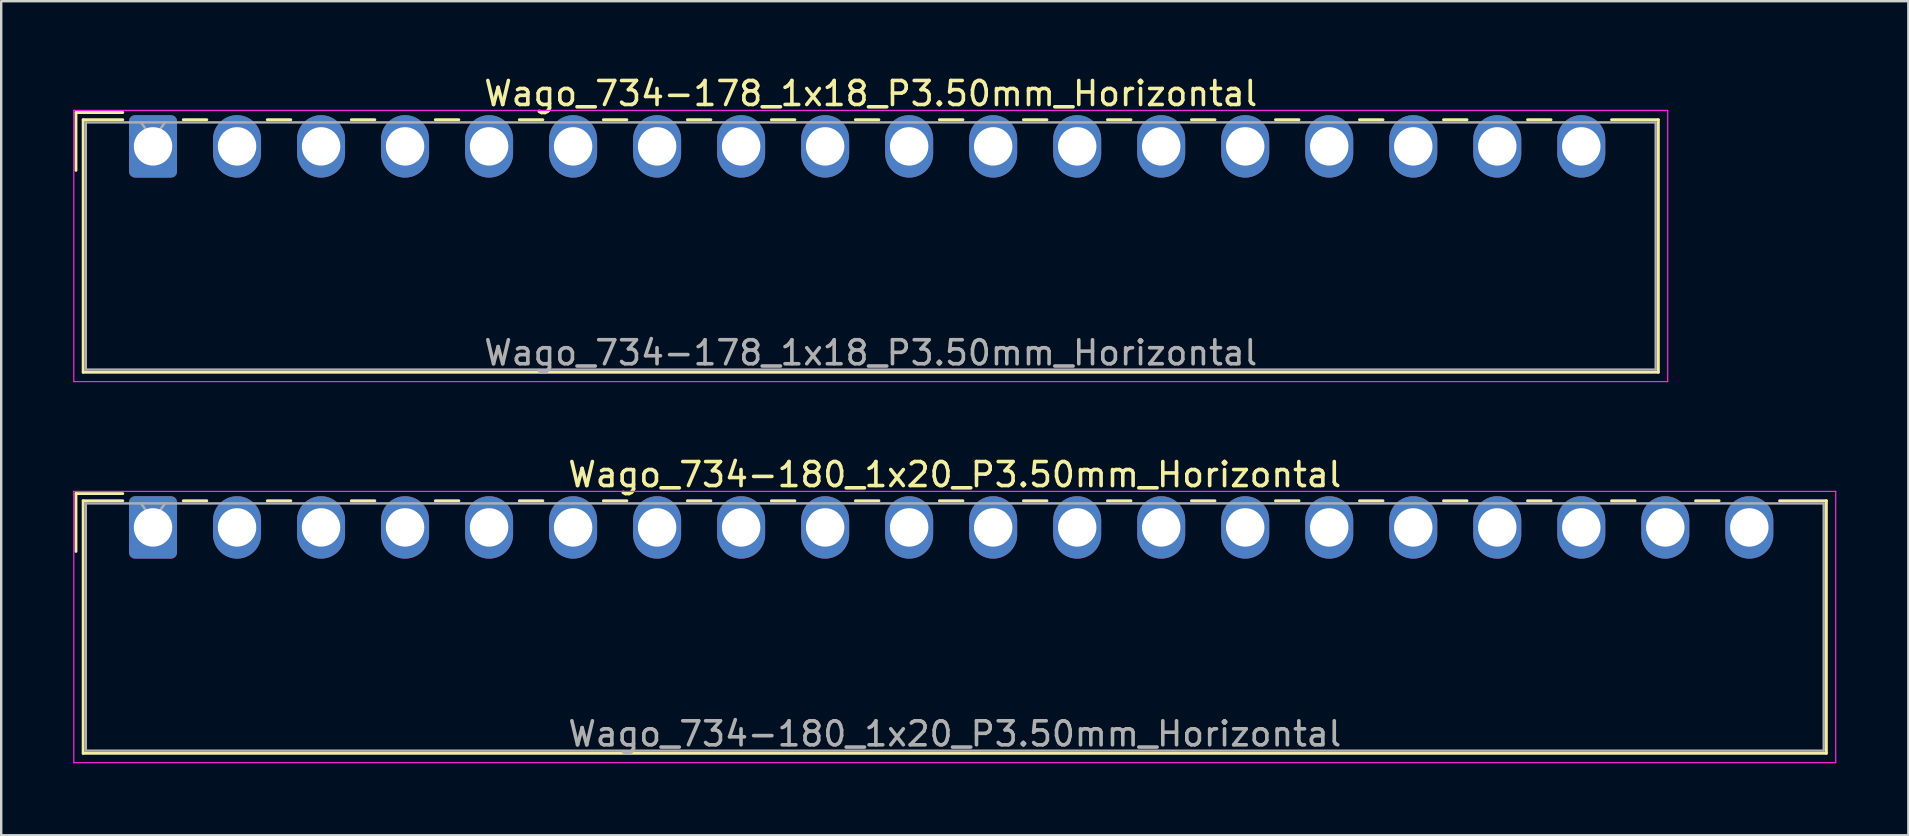
<source format=kicad_pcb>
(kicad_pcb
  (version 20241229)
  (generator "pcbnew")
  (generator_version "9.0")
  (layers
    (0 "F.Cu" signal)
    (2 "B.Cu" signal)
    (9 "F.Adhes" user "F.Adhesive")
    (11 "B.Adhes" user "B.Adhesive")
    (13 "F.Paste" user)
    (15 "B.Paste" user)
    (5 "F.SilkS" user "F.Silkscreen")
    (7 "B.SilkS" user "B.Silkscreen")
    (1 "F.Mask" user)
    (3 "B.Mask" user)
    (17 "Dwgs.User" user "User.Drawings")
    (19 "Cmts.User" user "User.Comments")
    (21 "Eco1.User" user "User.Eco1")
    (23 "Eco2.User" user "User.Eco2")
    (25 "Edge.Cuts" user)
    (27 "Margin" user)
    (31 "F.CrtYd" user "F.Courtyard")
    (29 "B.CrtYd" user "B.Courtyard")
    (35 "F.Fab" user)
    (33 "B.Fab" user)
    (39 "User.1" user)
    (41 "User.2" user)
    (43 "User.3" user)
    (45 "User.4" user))
  (footprint "Wago_734-178_1x18_P3.50mm_Horizontal"
    (layer "F.Cu")
    (at 3.325 3.048)
    (property "Reference" "Wago_734-178_1x18_P3.50mm_Horizontal" (at 29.9 -2.2 0) (layer "F.SilkS") (effects (font (size 1 1) (thickness 0.15))))
    (attr through_hole)
    (fp_line (start -3.21 -1.41) (end -1.26 -1.41) (stroke (width 0.12) (type solid)) (layer "F.SilkS"))
    (fp_line (start -3.21 1) (end -3.21 -1.41) (stroke (width 0.12) (type solid)) (layer "F.SilkS"))
    (fp_line (start -2.91 -1.11) (end -2.91 9.41) (stroke (width 0.12) (type solid)) (layer "F.SilkS"))
    (fp_line (start -2.91 9.41) (end 62.71 9.41) (stroke (width 0.12) (type solid)) (layer "F.SilkS"))
    (fp_line (start -1.26 -1.11) (end -2.91 -1.11) (stroke (width 0.12) (type solid)) (layer "F.SilkS"))
    (fp_line (start 1.26 -1.11) (end 2.24 -1.11) (stroke (width 0.12) (type solid)) (layer "F.SilkS"))
    (fp_line (start 4.76 -1.11) (end 5.74 -1.11) (stroke (width 0.12) (type solid)) (layer "F.SilkS"))
    (fp_line (start 8.26 -1.11) (end 9.24 -1.11) (stroke (width 0.12) (type solid)) (layer "F.SilkS"))
    (fp_line (start 11.76 -1.11) (end 12.74 -1.11) (stroke (width 0.12) (type solid)) (layer "F.SilkS"))
    (fp_line (start 15.26 -1.11) (end 16.24 -1.11) (stroke (width 0.12) (type solid)) (layer "F.SilkS"))
    (fp_line (start 18.76 -1.11) (end 19.74 -1.11) (stroke (width 0.12) (type solid)) (layer "F.SilkS"))
    (fp_line (start 22.26 -1.11) (end 23.24 -1.11) (stroke (width 0.12) (type solid)) (layer "F.SilkS"))
    (fp_line (start 25.76 -1.11) (end 26.74 -1.11) (stroke (width 0.12) (type solid)) (layer "F.SilkS"))
    (fp_line (start 29.26 -1.11) (end 30.24 -1.11) (stroke (width 0.12) (type solid)) (layer "F.SilkS"))
    (fp_line (start 32.76 -1.11) (end 33.74 -1.11) (stroke (width 0.12) (type solid)) (layer "F.SilkS"))
    (fp_line (start 36.26 -1.11) (end 37.24 -1.11) (stroke (width 0.12) (type solid)) (layer "F.SilkS"))
    (fp_line (start 39.76 -1.11) (end 40.74 -1.11) (stroke (width 0.12) (type solid)) (layer "F.SilkS"))
    (fp_line (start 43.26 -1.11) (end 44.24 -1.11) (stroke (width 0.12) (type solid)) (layer "F.SilkS"))
    (fp_line (start 46.76 -1.11) (end 47.74 -1.11) (stroke (width 0.12) (type solid)) (layer "F.SilkS"))
    (fp_line (start 50.26 -1.11) (end 51.24 -1.11) (stroke (width 0.12) (type solid)) (layer "F.SilkS"))
    (fp_line (start 53.76 -1.11) (end 54.74 -1.11) (stroke (width 0.12) (type solid)) (layer "F.SilkS"))
    (fp_line (start 57.26 -1.11) (end 58.24 -1.11) (stroke (width 0.12) (type solid)) (layer "F.SilkS"))
    (fp_line (start 62.71 -1.11) (end 60.76 -1.11) (stroke (width 0.12) (type solid)) (layer "F.SilkS"))
    (fp_line (start 62.71 9.41) (end 62.71 -1.11) (stroke (width 0.12) (type solid)) (layer "F.SilkS"))
    (fp_line (start -3.3 -1.5) (end -3.3 9.8) (stroke (width 0.05) (type solid)) (layer "F.CrtYd"))
    (fp_line (start -3.3 9.8) (end 63.1 9.8) (stroke (width 0.05) (type solid)) (layer "F.CrtYd"))
    (fp_line (start 63.1 -1.5) (end -3.3 -1.5) (stroke (width 0.05) (type solid)) (layer "F.CrtYd"))
    (fp_line (start 63.1 9.8) (end 63.1 -1.5) (stroke (width 0.05) (type solid)) (layer "F.CrtYd"))
    (fp_line (start -2.8 -1) (end -2.8 9.3) (stroke (width 0.1) (type solid)) (layer "F.Fab"))
    (fp_line (start -2.8 9.3) (end 62.6 9.3) (stroke (width 0.1) (type solid)) (layer "F.Fab"))
    (fp_line (start -0.5 -1) (end 0 -0.293) (stroke (width 0.1) (type solid)) (layer "F.Fab"))
    (fp_line (start 0 -0.293) (end 0.5 -1) (stroke (width 0.1) (type solid)) (layer "F.Fab"))
    (fp_line (start 62.6 -1) (end -2.8 -1) (stroke (width 0.1) (type solid)) (layer "F.Fab"))
    (fp_line (start 62.6 9.3) (end 62.6 -1) (stroke (width 0.1) (type solid)) (layer "F.Fab"))
    (fp_text user "${REFERENCE}" (at 29.9 8.6 0) (layer "F.Fab") (effects (font (size 1 1) (thickness 0.15))))
    (pad "1" thru_hole roundrect (at 0 0) (size 2 2.6) (drill 1.6) (layers "*.Cu" "*.Mask") (roundrect_rratio 0.125))
    (pad "2" thru_hole oval (at 3.5 0) (size 2 2.6) (drill 1.6) (layers "*.Cu" "*.Mask"))
    (pad "3" thru_hole oval (at 7 0) (size 2 2.6) (drill 1.6) (layers "*.Cu" "*.Mask"))
    (pad "4" thru_hole oval (at 10.5 0) (size 2 2.6) (drill 1.6) (layers "*.Cu" "*.Mask"))
    (pad "5" thru_hole oval (at 14 0) (size 2 2.6) (drill 1.6) (layers "*.Cu" "*.Mask"))
    (pad "6" thru_hole oval (at 17.5 0) (size 2 2.6) (drill 1.6) (layers "*.Cu" "*.Mask"))
    (pad "7" thru_hole oval (at 21 0) (size 2 2.6) (drill 1.6) (layers "*.Cu" "*.Mask"))
    (pad "8" thru_hole oval (at 24.5 0) (size 2 2.6) (drill 1.6) (layers "*.Cu" "*.Mask"))
    (pad "9" thru_hole oval (at 28 0) (size 2 2.6) (drill 1.6) (layers "*.Cu" "*.Mask"))
    (pad "10" thru_hole oval (at 31.5 0) (size 2 2.6) (drill 1.6) (layers "*.Cu" "*.Mask"))
    (pad "11" thru_hole oval (at 35 0) (size 2 2.6) (drill 1.6) (layers "*.Cu" "*.Mask"))
    (pad "12" thru_hole oval (at 38.5 0) (size 2 2.6) (drill 1.6) (layers "*.Cu" "*.Mask"))
    (pad "13" thru_hole oval (at 42 0) (size 2 2.6) (drill 1.6) (layers "*.Cu" "*.Mask"))
    (pad "14" thru_hole oval (at 45.5 0) (size 2 2.6) (drill 1.6) (layers "*.Cu" "*.Mask"))
    (pad "15" thru_hole oval (at 49 0) (size 2 2.6) (drill 1.6) (layers "*.Cu" "*.Mask"))
    (pad "16" thru_hole oval (at 52.5 0) (size 2 2.6) (drill 1.6) (layers "*.Cu" "*.Mask"))
    (pad "17" thru_hole oval (at 56 0) (size 2 2.6) (drill 1.6) (layers "*.Cu" "*.Mask"))
    (pad "18" thru_hole oval (at 59.5 0) (size 2 2.6) (drill 1.6) (layers "*.Cu" "*.Mask")))
  (footprint "Wago_734-180_1x20_P3.50mm_Horizontal"
    (layer "F.Cu")
    (at 3.325 18.922)
    (property "Reference" "Wago_734-180_1x20_P3.50mm_Horizontal" (at 33.4 -2.2 0) (layer "F.SilkS") (effects (font (size 1 1) (thickness 0.15))))
    (attr through_hole)
    (fp_line (start -3.21 -1.41) (end -1.26 -1.41) (stroke (width 0.12) (type solid)) (layer "F.SilkS"))
    (fp_line (start -3.21 1) (end -3.21 -1.41) (stroke (width 0.12) (type solid)) (layer "F.SilkS"))
    (fp_line (start -2.91 -1.11) (end -2.91 9.41) (stroke (width 0.12) (type solid)) (layer "F.SilkS"))
    (fp_line (start -2.91 9.41) (end 69.71 9.41) (stroke (width 0.12) (type solid)) (layer "F.SilkS"))
    (fp_line (start -1.26 -1.11) (end -2.91 -1.11) (stroke (width 0.12) (type solid)) (layer "F.SilkS"))
    (fp_line (start 1.26 -1.11) (end 2.24 -1.11) (stroke (width 0.12) (type solid)) (layer "F.SilkS"))
    (fp_line (start 4.76 -1.11) (end 5.74 -1.11) (stroke (width 0.12) (type solid)) (layer "F.SilkS"))
    (fp_line (start 8.26 -1.11) (end 9.24 -1.11) (stroke (width 0.12) (type solid)) (layer "F.SilkS"))
    (fp_line (start 11.76 -1.11) (end 12.74 -1.11) (stroke (width 0.12) (type solid)) (layer "F.SilkS"))
    (fp_line (start 15.26 -1.11) (end 16.24 -1.11) (stroke (width 0.12) (type solid)) (layer "F.SilkS"))
    (fp_line (start 18.76 -1.11) (end 19.74 -1.11) (stroke (width 0.12) (type solid)) (layer "F.SilkS"))
    (fp_line (start 22.26 -1.11) (end 23.24 -1.11) (stroke (width 0.12) (type solid)) (layer "F.SilkS"))
    (fp_line (start 25.76 -1.11) (end 26.74 -1.11) (stroke (width 0.12) (type solid)) (layer "F.SilkS"))
    (fp_line (start 29.26 -1.11) (end 30.24 -1.11) (stroke (width 0.12) (type solid)) (layer "F.SilkS"))
    (fp_line (start 32.76 -1.11) (end 33.74 -1.11) (stroke (width 0.12) (type solid)) (layer "F.SilkS"))
    (fp_line (start 36.26 -1.11) (end 37.24 -1.11) (stroke (width 0.12) (type solid)) (layer "F.SilkS"))
    (fp_line (start 39.76 -1.11) (end 40.74 -1.11) (stroke (width 0.12) (type solid)) (layer "F.SilkS"))
    (fp_line (start 43.26 -1.11) (end 44.24 -1.11) (stroke (width 0.12) (type solid)) (layer "F.SilkS"))
    (fp_line (start 46.76 -1.11) (end 47.74 -1.11) (stroke (width 0.12) (type solid)) (layer "F.SilkS"))
    (fp_line (start 50.26 -1.11) (end 51.24 -1.11) (stroke (width 0.12) (type solid)) (layer "F.SilkS"))
    (fp_line (start 53.76 -1.11) (end 54.74 -1.11) (stroke (width 0.12) (type solid)) (layer "F.SilkS"))
    (fp_line (start 57.26 -1.11) (end 58.24 -1.11) (stroke (width 0.12) (type solid)) (layer "F.SilkS"))
    (fp_line (start 60.76 -1.11) (end 61.74 -1.11) (stroke (width 0.12) (type solid)) (layer "F.SilkS"))
    (fp_line (start 64.26 -1.11) (end 65.24 -1.11) (stroke (width 0.12) (type solid)) (layer "F.SilkS"))
    (fp_line (start 69.71 -1.11) (end 67.76 -1.11) (stroke (width 0.12) (type solid)) (layer "F.SilkS"))
    (fp_line (start 69.71 9.41) (end 69.71 -1.11) (stroke (width 0.12) (type solid)) (layer "F.SilkS"))
    (fp_line (start -3.3 -1.5) (end -3.3 9.8) (stroke (width 0.05) (type solid)) (layer "F.CrtYd"))
    (fp_line (start -3.3 9.8) (end 70.1 9.8) (stroke (width 0.05) (type solid)) (layer "F.CrtYd"))
    (fp_line (start 70.1 -1.5) (end -3.3 -1.5) (stroke (width 0.05) (type solid)) (layer "F.CrtYd"))
    (fp_line (start 70.1 9.8) (end 70.1 -1.5) (stroke (width 0.05) (type solid)) (layer "F.CrtYd"))
    (fp_line (start -2.8 -1) (end -2.8 9.3) (stroke (width 0.1) (type solid)) (layer "F.Fab"))
    (fp_line (start -2.8 9.3) (end 69.6 9.3) (stroke (width 0.1) (type solid)) (layer "F.Fab"))
    (fp_line (start -0.5 -1) (end 0 -0.293) (stroke (width 0.1) (type solid)) (layer "F.Fab"))
    (fp_line (start 0 -0.293) (end 0.5 -1) (stroke (width 0.1) (type solid)) (layer "F.Fab"))
    (fp_line (start 69.6 -1) (end -2.8 -1) (stroke (width 0.1) (type solid)) (layer "F.Fab"))
    (fp_line (start 69.6 9.3) (end 69.6 -1) (stroke (width 0.1) (type solid)) (layer "F.Fab"))
    (fp_text user "${REFERENCE}" (at 33.4 8.6 0) (layer "F.Fab") (effects (font (size 1 1) (thickness 0.15))))
    (pad "1" thru_hole roundrect (at 0 0) (size 2 2.6) (drill 1.6) (layers "*.Cu" "*.Mask") (roundrect_rratio 0.125))
    (pad "2" thru_hole oval (at 3.5 0) (size 2 2.6) (drill 1.6) (layers "*.Cu" "*.Mask"))
    (pad "3" thru_hole oval (at 7 0) (size 2 2.6) (drill 1.6) (layers "*.Cu" "*.Mask"))
    (pad "4" thru_hole oval (at 10.5 0) (size 2 2.6) (drill 1.6) (layers "*.Cu" "*.Mask"))
    (pad "5" thru_hole oval (at 14 0) (size 2 2.6) (drill 1.6) (layers "*.Cu" "*.Mask"))
    (pad "6" thru_hole oval (at 17.5 0) (size 2 2.6) (drill 1.6) (layers "*.Cu" "*.Mask"))
    (pad "7" thru_hole oval (at 21 0) (size 2 2.6) (drill 1.6) (layers "*.Cu" "*.Mask"))
    (pad "8" thru_hole oval (at 24.5 0) (size 2 2.6) (drill 1.6) (layers "*.Cu" "*.Mask"))
    (pad "9" thru_hole oval (at 28 0) (size 2 2.6) (drill 1.6) (layers "*.Cu" "*.Mask"))
    (pad "10" thru_hole oval (at 31.5 0) (size 2 2.6) (drill 1.6) (layers "*.Cu" "*.Mask"))
    (pad "11" thru_hole oval (at 35 0) (size 2 2.6) (drill 1.6) (layers "*.Cu" "*.Mask"))
    (pad "12" thru_hole oval (at 38.5 0) (size 2 2.6) (drill 1.6) (layers "*.Cu" "*.Mask"))
    (pad "13" thru_hole oval (at 42 0) (size 2 2.6) (drill 1.6) (layers "*.Cu" "*.Mask"))
    (pad "14" thru_hole oval (at 45.5 0) (size 2 2.6) (drill 1.6) (layers "*.Cu" "*.Mask"))
    (pad "15" thru_hole oval (at 49 0) (size 2 2.6) (drill 1.6) (layers "*.Cu" "*.Mask"))
    (pad "16" thru_hole oval (at 52.5 0) (size 2 2.6) (drill 1.6) (layers "*.Cu" "*.Mask"))
    (pad "17" thru_hole oval (at 56 0) (size 2 2.6) (drill 1.6) (layers "*.Cu" "*.Mask"))
    (pad "18" thru_hole oval (at 59.5 0) (size 2 2.6) (drill 1.6) (layers "*.Cu" "*.Mask"))
    (pad "19" thru_hole oval (at 63 0) (size 2 2.6) (drill 1.6) (layers "*.Cu" "*.Mask"))
    (pad "20" thru_hole oval (at 66.5 0) (size 2 2.6) (drill 1.6) (layers "*.Cu" "*.Mask")))
  (gr_rect
    (start -3 -3)
    (end 76.45 31.747)
    (stroke (width 0.1) (type default))
    (fill no)
    (layer "Edge.Cuts")))
</source>
